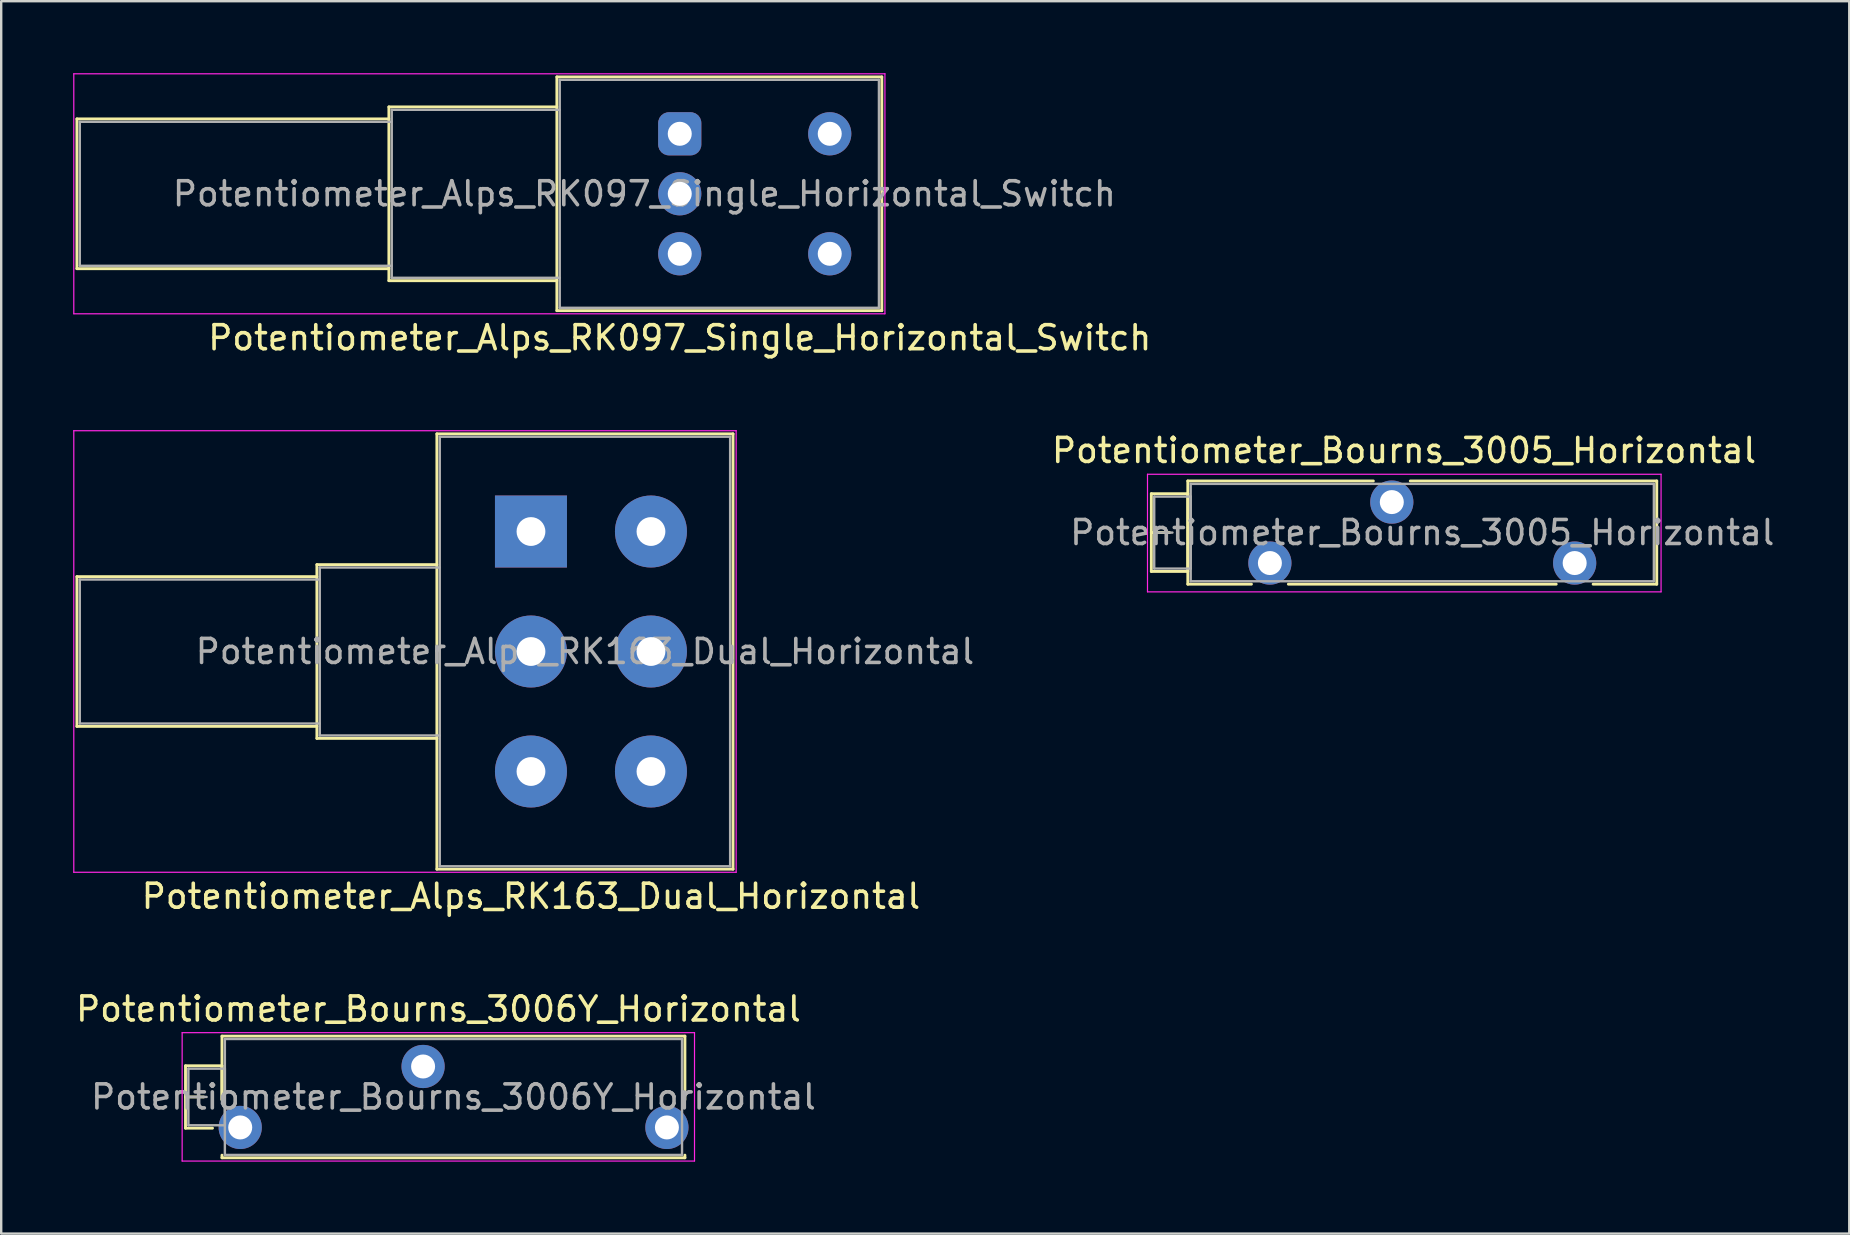
<source format=kicad_pcb>
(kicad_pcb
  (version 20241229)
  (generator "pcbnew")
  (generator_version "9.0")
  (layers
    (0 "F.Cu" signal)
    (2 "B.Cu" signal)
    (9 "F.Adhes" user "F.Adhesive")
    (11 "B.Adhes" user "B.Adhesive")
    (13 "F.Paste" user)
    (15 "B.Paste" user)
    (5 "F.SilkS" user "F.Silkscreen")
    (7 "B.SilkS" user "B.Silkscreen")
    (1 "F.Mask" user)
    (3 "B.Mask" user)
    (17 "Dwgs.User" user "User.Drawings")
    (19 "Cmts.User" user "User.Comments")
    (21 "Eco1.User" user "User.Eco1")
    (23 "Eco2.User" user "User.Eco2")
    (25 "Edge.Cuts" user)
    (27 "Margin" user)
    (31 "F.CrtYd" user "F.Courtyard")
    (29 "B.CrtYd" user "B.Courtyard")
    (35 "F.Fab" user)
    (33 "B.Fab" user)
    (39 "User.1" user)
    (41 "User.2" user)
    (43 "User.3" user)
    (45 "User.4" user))
  (footprint "Potentiometer_Bourns_3006Y_Horizontal"
    (layer "F.Cu")
    (at 24.74 43.93)
    (property "Reference" "Potentiometer_Bourns_3006Y_Horizontal" (at -9.52 -4.935 0) (layer "F.SilkS") (effects (font (size 1 1) (thickness 0.15))))
    (attr through_hole)
    (fp_line (start -20.06 -2.569) (end -20.06 0.03) (stroke (width 0.12) (type solid)) (layer "F.SilkS"))
    (fp_line (start -20.06 -2.569) (end -18.541 -2.569) (stroke (width 0.12) (type solid)) (layer "F.SilkS"))
    (fp_line (start -20.06 -1.27) (end -19.301 -1.27) (stroke (width 0.12) (type solid)) (layer "F.SilkS"))
    (fp_line (start -20.06 0.03) (end -18.935 0.03) (stroke (width 0.12) (type solid)) (layer "F.SilkS"))
    (fp_line (start -18.541 -2.569) (end -18.541 -1.155) (stroke (width 0.12) (type solid)) (layer "F.SilkS"))
    (fp_line (start -18.54 -3.805) (end -18.54 -1.155) (stroke (width 0.12) (type solid)) (layer "F.SilkS"))
    (fp_line (start -18.54 -3.805) (end 0.75 -3.805) (stroke (width 0.12) (type solid)) (layer "F.SilkS"))
    (fp_line (start -18.54 1.155) (end -18.54 1.265) (stroke (width 0.12) (type solid)) (layer "F.SilkS"))
    (fp_line (start -18.54 1.265) (end 0.75 1.265) (stroke (width 0.12) (type solid)) (layer "F.SilkS"))
    (fp_line (start 0.75 -3.805) (end 0.75 -1.155) (stroke (width 0.12) (type solid)) (layer "F.SilkS"))
    (fp_line (start 0.75 1.155) (end 0.75 1.265) (stroke (width 0.12) (type solid)) (layer "F.SilkS"))
    (fp_line (start -20.2 -3.95) (end -20.2 1.4) (stroke (width 0.05) (type solid)) (layer "F.CrtYd"))
    (fp_line (start -20.2 1.4) (end 1.15 1.4) (stroke (width 0.05) (type solid)) (layer "F.CrtYd"))
    (fp_line (start 1.15 -3.95) (end -20.2 -3.95) (stroke (width 0.05) (type solid)) (layer "F.CrtYd"))
    (fp_line (start 1.15 1.4) (end 1.15 -3.95) (stroke (width 0.05) (type solid)) (layer "F.CrtYd"))
    (fp_line (start -19.94 -2.45) (end -19.94 -0.09) (stroke (width 0.1) (type solid)) (layer "F.Fab"))
    (fp_line (start -19.94 -1.27) (end -19.18 -1.27) (stroke (width 0.1) (type solid)) (layer "F.Fab"))
    (fp_line (start -19.94 -0.09) (end -18.42 -0.09) (stroke (width 0.1) (type solid)) (layer "F.Fab"))
    (fp_line (start -18.42 -3.685) (end -18.42 1.145) (stroke (width 0.1) (type solid)) (layer "F.Fab"))
    (fp_line (start -18.42 -2.45) (end -19.94 -2.45) (stroke (width 0.1) (type solid)) (layer "F.Fab"))
    (fp_line (start -18.42 -0.09) (end -18.42 -2.45) (stroke (width 0.1) (type solid)) (layer "F.Fab"))
    (fp_line (start -18.42 1.145) (end 0.63 1.145) (stroke (width 0.1) (type solid)) (layer "F.Fab"))
    (fp_line (start 0.63 -3.685) (end -18.42 -3.685) (stroke (width 0.1) (type solid)) (layer "F.Fab"))
    (fp_line (start 0.63 1.145) (end 0.63 -3.685) (stroke (width 0.1) (type solid)) (layer "F.Fab"))
    (fp_text user "${REFERENCE}" (at -8.895 -1.27 0) (layer "F.Fab") (effects (font (size 1 1) (thickness 0.15))))
    (pad "1" thru_hole circle (at 0 0) (size 1.8 1.8) (drill 1) (layers "*.Cu" "*.Mask"))
    (pad "2" thru_hole circle (at -10.16 -2.54) (size 1.8 1.8) (drill 1) (layers "*.Cu" "*.Mask"))
    (pad "3" thru_hole circle (at -17.78 0) (size 1.8 1.8) (drill 1) (layers "*.Cu" "*.Mask")))
  (footprint "Potentiometer_Bourns_3005_Horizontal"
    (layer "F.Cu")
    (at 62.566 20.412)
    (property "Reference" "Potentiometer_Bourns_3005_Horizontal" (at -7.11 -4.69 0) (layer "F.SilkS") (effects (font (size 1 1) (thickness 0.15))))
    (attr through_hole)
    (fp_line (start -17.64 -2.89) (end -17.64 0.35) (stroke (width 0.12) (type solid)) (layer "F.SilkS"))
    (fp_line (start -17.64 -2.89) (end -16.121 -2.89) (stroke (width 0.12) (type solid)) (layer "F.SilkS"))
    (fp_line (start -17.64 -1.27) (end -16.881 -1.27) (stroke (width 0.12) (type solid)) (layer "F.SilkS"))
    (fp_line (start -17.64 0.35) (end -16.121 0.35) (stroke (width 0.12) (type solid)) (layer "F.SilkS"))
    (fp_line (start -16.121 -2.89) (end -16.121 0.35) (stroke (width 0.12) (type solid)) (layer "F.SilkS"))
    (fp_line (start -16.12 -3.42) (end -16.12 0.88) (stroke (width 0.12) (type solid)) (layer "F.SilkS"))
    (fp_line (start -16.12 -3.42) (end -8.389 -3.42) (stroke (width 0.12) (type solid)) (layer "F.SilkS"))
    (fp_line (start -16.12 0.88) (end -13.469 0.88) (stroke (width 0.12) (type solid)) (layer "F.SilkS"))
    (fp_line (start -11.93 0.88) (end -0.769 0.88) (stroke (width 0.12) (type solid)) (layer "F.SilkS"))
    (fp_line (start -6.85 -3.42) (end 3.42 -3.42) (stroke (width 0.12) (type solid)) (layer "F.SilkS"))
    (fp_line (start 0.77 0.88) (end 3.42 0.88) (stroke (width 0.12) (type solid)) (layer "F.SilkS"))
    (fp_line (start 3.42 -3.42) (end 3.42 0.88) (stroke (width 0.12) (type solid)) (layer "F.SilkS"))
    (fp_line (start -17.8 -3.7) (end -17.8 1.2) (stroke (width 0.05) (type solid)) (layer "F.CrtYd"))
    (fp_line (start -17.8 1.2) (end 3.6 1.2) (stroke (width 0.05) (type solid)) (layer "F.CrtYd"))
    (fp_line (start 3.6 -3.7) (end -17.8 -3.7) (stroke (width 0.05) (type solid)) (layer "F.CrtYd"))
    (fp_line (start 3.6 1.2) (end 3.6 -3.7) (stroke (width 0.05) (type solid)) (layer "F.CrtYd"))
    (fp_line (start -17.52 -2.77) (end -17.52 0.23) (stroke (width 0.1) (type solid)) (layer "F.Fab"))
    (fp_line (start -17.52 -1.27) (end -16.76 -1.27) (stroke (width 0.1) (type solid)) (layer "F.Fab"))
    (fp_line (start -17.52 0.23) (end -16 0.23) (stroke (width 0.1) (type solid)) (layer "F.Fab"))
    (fp_line (start -16 -3.3) (end -16 0.76) (stroke (width 0.1) (type solid)) (layer "F.Fab"))
    (fp_line (start -16 -2.77) (end -17.52 -2.77) (stroke (width 0.1) (type solid)) (layer "F.Fab"))
    (fp_line (start -16 0.23) (end -16 -2.77) (stroke (width 0.1) (type solid)) (layer "F.Fab"))
    (fp_line (start -16 0.76) (end 3.3 0.76) (stroke (width 0.1) (type solid)) (layer "F.Fab"))
    (fp_line (start 3.3 -3.3) (end -16 -3.3) (stroke (width 0.1) (type solid)) (layer "F.Fab"))
    (fp_line (start 3.3 0.76) (end 3.3 -3.3) (stroke (width 0.1) (type solid)) (layer "F.Fab"))
    (fp_text user "${REFERENCE}" (at -6.35 -1.27 0) (layer "F.Fab") (effects (font (size 1 1) (thickness 0.15))))
    (pad "1" thru_hole circle (at 0 0) (size 1.8 1.8) (drill 1) (layers "*.Cu" "*.Mask"))
    (pad "2" thru_hole circle (at -7.62 -2.54) (size 1.8 1.8) (drill 1) (layers "*.Cu" "*.Mask"))
    (pad "3" thru_hole circle (at -12.7 0) (size 1.8 1.8) (drill 1) (layers "*.Cu" "*.Mask")))
  (footprint "Potentiometer_Alps_RK163_Dual_Horizontal"
    (layer "F.Cu")
    (at 19.075 19.098)
    (property "Reference" "Potentiometer_Alps_RK163_Dual_Horizontal" (at -0.000001 15.2 180) (layer "F.SilkS") (effects (font (size 1 1) (thickness 0.15))))
    (attr through_hole)
    (fp_line (start -18.92 8.12) (end -18.92 1.88) (stroke (width 0.12) (type solid)) (layer "F.SilkS"))
    (fp_line (start -8.92 1.88) (end -18.92 1.88) (stroke (width 0.12) (type solid)) (layer "F.SilkS"))
    (fp_line (start -8.92 8.12) (end -18.92 8.12) (stroke (width 0.12) (type solid)) (layer "F.SilkS"))
    (fp_line (start -8.92 8.62) (end -8.92 1.38) (stroke (width 0.12) (type solid)) (layer "F.SilkS"))
    (fp_line (start -3.92 1.38) (end -8.92 1.38) (stroke (width 0.12) (type solid)) (layer "F.SilkS"))
    (fp_line (start -3.92 8.62) (end -8.92 8.62) (stroke (width 0.12) (type solid)) (layer "F.SilkS"))
    (fp_line (start -3.92 14.07) (end -3.92 -4.07) (stroke (width 0.12) (type solid)) (layer "F.SilkS"))
    (fp_line (start 8.42 -4.07) (end -3.92 -4.07) (stroke (width 0.12) (type solid)) (layer "F.SilkS"))
    (fp_line (start 8.42 14.07) (end -3.92 14.07) (stroke (width 0.12) (type solid)) (layer "F.SilkS"))
    (fp_line (start 8.42 14.07) (end 8.42 -4.07) (stroke (width 0.12) (type solid)) (layer "F.SilkS"))
    (fp_line (start -19.05 -4.2) (end -19.05 14.2) (stroke (width 0.05) (type solid)) (layer "F.CrtYd"))
    (fp_line (start -19.05 14.2) (end 8.55 14.2) (stroke (width 0.05) (type solid)) (layer "F.CrtYd"))
    (fp_line (start 8.55 -4.2) (end -19.05 -4.2) (stroke (width 0.05) (type solid)) (layer "F.CrtYd"))
    (fp_line (start 8.55 14.2) (end 8.55 -4.2) (stroke (width 0.05) (type solid)) (layer "F.CrtYd"))
    (fp_line (start -18.8 2) (end -18.8 8) (stroke (width 0.1) (type solid)) (layer "F.Fab"))
    (fp_line (start -18.8 8) (end -8.8 8) (stroke (width 0.1) (type solid)) (layer "F.Fab"))
    (fp_line (start -8.8 1.5) (end -8.8 8.5) (stroke (width 0.1) (type solid)) (layer "F.Fab"))
    (fp_line (start -8.8 2) (end -18.8 2) (stroke (width 0.1) (type solid)) (layer "F.Fab"))
    (fp_line (start -8.8 8.5) (end -3.8 8.5) (stroke (width 0.1) (type solid)) (layer "F.Fab"))
    (fp_line (start -3.8 -3.95) (end -3.8 13.95) (stroke (width 0.1) (type solid)) (layer "F.Fab"))
    (fp_line (start -3.8 1.5) (end -8.8 1.5) (stroke (width 0.1) (type solid)) (layer "F.Fab"))
    (fp_line (start -3.8 13.95) (end 8.3 13.95) (stroke (width 0.1) (type solid)) (layer "F.Fab"))
    (fp_line (start 8.3 -3.95) (end -3.8 -3.95) (stroke (width 0.1) (type solid)) (layer "F.Fab"))
    (fp_line (start 8.3 13.95) (end 8.3 -3.95) (stroke (width 0.1) (type solid)) (layer "F.Fab"))
    (fp_text user "${REFERENCE}" (at 2.25 5 180) (layer "F.Fab") (effects (font (size 1 1) (thickness 0.15))))
    (pad "1" thru_hole rect (at 0 0 180) (size 3 3) (drill 1.2) (layers "*.Cu" "*.Mask"))
    (pad "2" thru_hole circle (at 0 5 180) (size 3 3) (drill 1.2) (layers "*.Cu" "*.Mask"))
    (pad "3" thru_hole circle (at 0 10 180) (size 3 3) (drill 1.2) (layers "*.Cu" "*.Mask"))
    (pad "4" thru_hole circle (at 5 0 180) (size 3 3) (drill 1.2) (layers "*.Cu" "*.Mask"))
    (pad "5" thru_hole circle (at 5 5 180) (size 3 3) (drill 1.2) (layers "*.Cu" "*.Mask"))
    (pad "6" thru_hole circle (at 5 10 180) (size 3 3) (drill 1.2) (layers "*.Cu" "*.Mask")))
  (footprint "Potentiometer_Alps_RK097_Single_Horizontal_Switch"
    (layer "F.Cu")
    (at 25.275 2.525)
    (property "Reference" "Potentiometer_Alps_RK097_Single_Horizontal_Switch" (at 0 8.5 180) (layer "F.SilkS") (effects (font (size 1 1) (thickness 0.15))))
    (attr through_hole)
    (fp_line (start -25.12 5.62) (end -25.12 -0.62) (stroke (width 0.12) (type solid)) (layer "F.SilkS"))
    (fp_line (start -12.12 -0.62) (end -25.12 -0.62) (stroke (width 0.12) (type solid)) (layer "F.SilkS"))
    (fp_line (start -12.12 5.62) (end -25.12 5.62) (stroke (width 0.12) (type solid)) (layer "F.SilkS"))
    (fp_line (start -12.12 6.12) (end -12.12 -1.12) (stroke (width 0.12) (type solid)) (layer "F.SilkS"))
    (fp_line (start -5.12 -1.12) (end -12.12 -1.12) (stroke (width 0.12) (type solid)) (layer "F.SilkS"))
    (fp_line (start -5.12 6.12) (end -12.12 6.12) (stroke (width 0.12) (type solid)) (layer "F.SilkS"))
    (fp_line (start -5.12 7.37) (end -5.12 -2.37) (stroke (width 0.12) (type solid)) (layer "F.SilkS"))
    (fp_line (start 8.42 -2.37) (end -5.12 -2.37) (stroke (width 0.12) (type solid)) (layer "F.SilkS"))
    (fp_line (start 8.42 7.37) (end -5.12 7.37) (stroke (width 0.12) (type solid)) (layer "F.SilkS"))
    (fp_line (start 8.42 7.37) (end 8.42 -2.37) (stroke (width 0.12) (type solid)) (layer "F.SilkS"))
    (fp_line (start -25.25 -2.5) (end -25.25 7.5) (stroke (width 0.05) (type solid)) (layer "F.CrtYd"))
    (fp_line (start -25.25 7.5) (end 8.55 7.5) (stroke (width 0.05) (type solid)) (layer "F.CrtYd"))
    (fp_line (start 8.55 -2.5) (end -25.25 -2.5) (stroke (width 0.05) (type solid)) (layer "F.CrtYd"))
    (fp_line (start 8.55 7.5) (end 8.55 -2.5) (stroke (width 0.05) (type solid)) (layer "F.CrtYd"))
    (fp_line (start -25 -0.5) (end -25 5.5) (stroke (width 0.1) (type solid)) (layer "F.Fab"))
    (fp_line (start -25 5.5) (end -12 5.5) (stroke (width 0.1) (type solid)) (layer "F.Fab"))
    (fp_line (start -12 -1) (end -12 6) (stroke (width 0.1) (type solid)) (layer "F.Fab"))
    (fp_line (start -12 -0.5) (end -25 -0.5) (stroke (width 0.1) (type solid)) (layer "F.Fab"))
    (fp_line (start -12 6) (end -5 6) (stroke (width 0.1) (type solid)) (layer "F.Fab"))
    (fp_line (start -5 -2.25) (end -5 7.25) (stroke (width 0.1) (type solid)) (layer "F.Fab"))
    (fp_line (start -5 -1) (end -12 -1) (stroke (width 0.1) (type solid)) (layer "F.Fab"))
    (fp_line (start -5 7.25) (end 8.3 7.25) (stroke (width 0.1) (type solid)) (layer "F.Fab"))
    (fp_line (start 8.3 -2.25) (end -5 -2.25) (stroke (width 0.1) (type solid)) (layer "F.Fab"))
    (fp_line (start 8.3 7.25) (end 8.3 -2.25) (stroke (width 0.1) (type solid)) (layer "F.Fab"))
    (fp_text user "${REFERENCE}" (at -1.475 2.5 180) (layer "F.Fab") (effects (font (size 1 1) (thickness 0.15))))
    (pad "1" thru_hole roundrect (at 0 0 180) (size 1.8 1.8) (drill 1) (layers "*.Cu" "*.Mask") (roundrect_rratio 0.25))
    (pad "2" thru_hole circle (at 0 2.5 180) (size 1.8 1.8) (drill 1) (layers "*.Cu" "*.Mask"))
    (pad "3" thru_hole circle (at 0 5 180) (size 1.8 1.8) (drill 1) (layers "*.Cu" "*.Mask"))
    (pad "4" thru_hole circle (at 6.25 0 180) (size 1.8 1.8) (drill 1) (layers "*.Cu" "*.Mask"))
    (pad "5" thru_hole circle (at 6.25 5 180) (size 1.8 1.8) (drill 1) (layers "*.Cu" "*.Mask")))
  (gr_rect
    (start -3 -3)
    (end 74.008 48.355)
    (stroke (width 0.1) (type default))
    (fill no)
    (layer "Edge.Cuts")))
</source>
